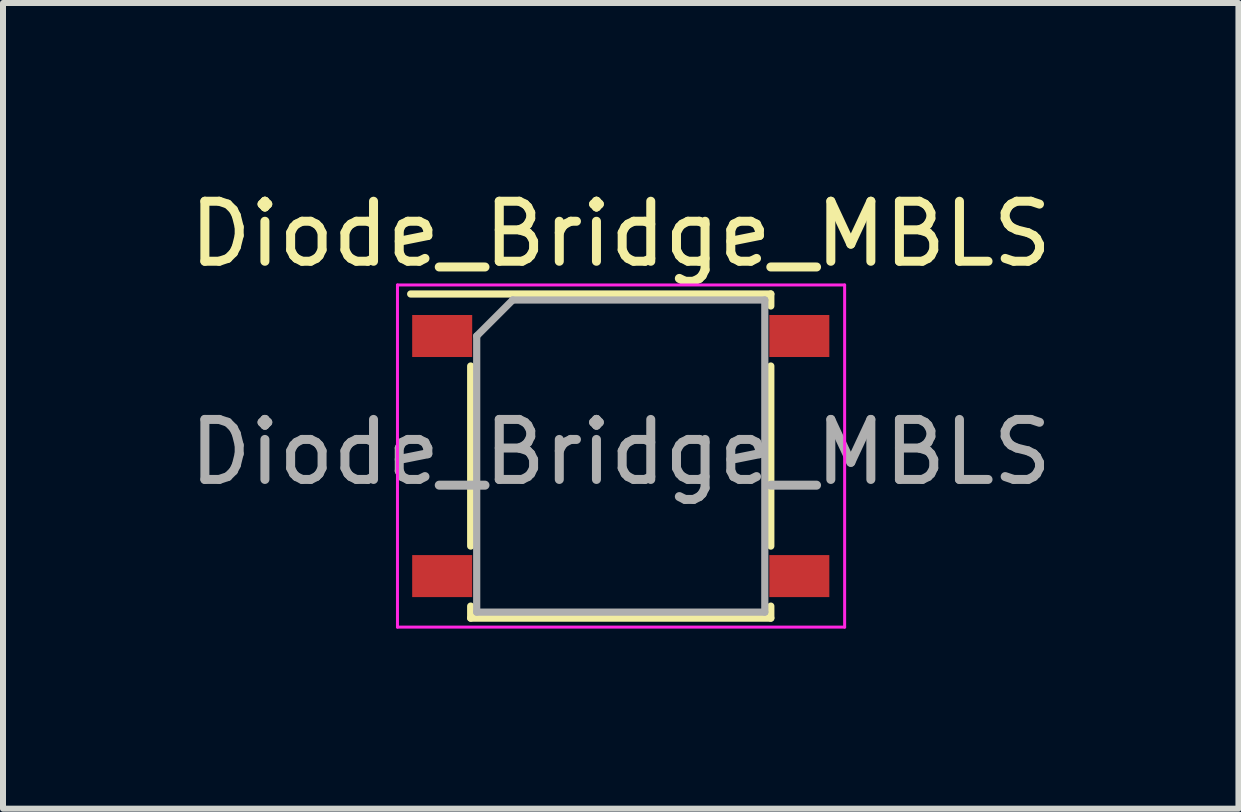
<source format=kicad_pcb>
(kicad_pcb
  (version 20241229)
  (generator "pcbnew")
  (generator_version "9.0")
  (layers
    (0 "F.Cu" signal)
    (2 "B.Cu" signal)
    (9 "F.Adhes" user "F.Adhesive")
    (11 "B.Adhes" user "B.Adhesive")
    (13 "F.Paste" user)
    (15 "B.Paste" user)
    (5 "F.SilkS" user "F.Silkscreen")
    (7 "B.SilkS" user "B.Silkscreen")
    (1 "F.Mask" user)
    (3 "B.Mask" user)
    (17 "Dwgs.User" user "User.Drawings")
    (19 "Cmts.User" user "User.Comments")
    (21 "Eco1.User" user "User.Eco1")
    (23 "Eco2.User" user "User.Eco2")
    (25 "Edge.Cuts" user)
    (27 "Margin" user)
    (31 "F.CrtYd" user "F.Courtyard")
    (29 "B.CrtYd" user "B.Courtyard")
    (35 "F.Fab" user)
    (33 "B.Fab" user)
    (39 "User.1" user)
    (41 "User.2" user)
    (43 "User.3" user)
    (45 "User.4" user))
  (footprint "Diode_Bridge_MBLS"
    (layer "F.Cu")
    (at 7.292 4.548)
    (property "Reference" "Diode_Bridge_MBLS" (at 0 -3.7 0) (layer "F.SilkS") (effects (font (size 1 1) (thickness 0.15))))
    (attr smd)
    (fp_line (start -2.5 1.5) (end -2.5 -1.5) (stroke (width 0.12) (type solid)) (layer "F.SilkS"))
    (fp_line (start -2.5 2.7) (end -2.5 2.5) (stroke (width 0.12) (type solid)) (layer "F.SilkS"))
    (fp_line (start 2.5 -2.7) (end -3.5 -2.7) (stroke (width 0.12) (type solid)) (layer "F.SilkS"))
    (fp_line (start 2.5 -2.5) (end 2.5 -2.7) (stroke (width 0.12) (type solid)) (layer "F.SilkS"))
    (fp_line (start 2.5 -1.5) (end 2.5 1.5) (stroke (width 0.12) (type solid)) (layer "F.SilkS"))
    (fp_line (start 2.5 2.5) (end 2.5 2.7) (stroke (width 0.12) (type solid)) (layer "F.SilkS"))
    (fp_line (start 2.5 2.7) (end -2.5 2.7) (stroke (width 0.12) (type solid)) (layer "F.SilkS"))
    (fp_line (start -3.72 -2.85) (end -3.72 2.85) (stroke (width 0.05) (type solid)) (layer "F.CrtYd"))
    (fp_line (start -3.72 -2.85) (end 3.73 -2.85) (stroke (width 0.05) (type solid)) (layer "F.CrtYd"))
    (fp_line (start 3.73 2.85) (end -3.72 2.85) (stroke (width 0.05) (type solid)) (layer "F.CrtYd"))
    (fp_line (start 3.73 2.85) (end 3.73 -2.85) (stroke (width 0.05) (type solid)) (layer "F.CrtYd"))
    (fp_line (start -2.4 -2) (end -2.4 2.6) (stroke (width 0.12) (type solid)) (layer "F.Fab"))
    (fp_line (start -2.4 2.6) (end 2.4 2.6) (stroke (width 0.12) (type solid)) (layer "F.Fab"))
    (fp_line (start -1.8 -2.6) (end -2.4 -2) (stroke (width 0.12) (type solid)) (layer "F.Fab"))
    (fp_line (start 2.4 -2.6) (end -1.8 -2.6) (stroke (width 0.12) (type solid)) (layer "F.Fab"))
    (fp_line (start 2.4 2.6) (end 2.4 -2.6) (stroke (width 0.12) (type solid)) (layer "F.Fab"))
    (fp_text user "${REFERENCE}" (at 0 -0.065 0) (layer "F.Fab") (effects (font (size 1 1) (thickness 0.15))))
    (pad "1" smd rect (at -2.975 -2) (size 1 0.7) (layers "F.Cu" "F.Mask" "F.Paste"))
    (pad "2" smd rect (at -2.975 2) (size 1 0.7) (layers "F.Cu" "F.Mask" "F.Paste"))
    (pad "3" smd rect (at 2.975 2) (size 1 0.7) (layers "F.Cu" "F.Mask" "F.Paste"))
    (pad "4" smd rect (at 2.975 -2) (size 1 0.7) (layers "F.Cu" "F.Mask" "F.Paste")))
  (gr_rect
    (start -3 -3)
    (end 17.583 10.423)
    (stroke (width 0.1) (type default))
    (fill no)
    (layer "Edge.Cuts")))
</source>
